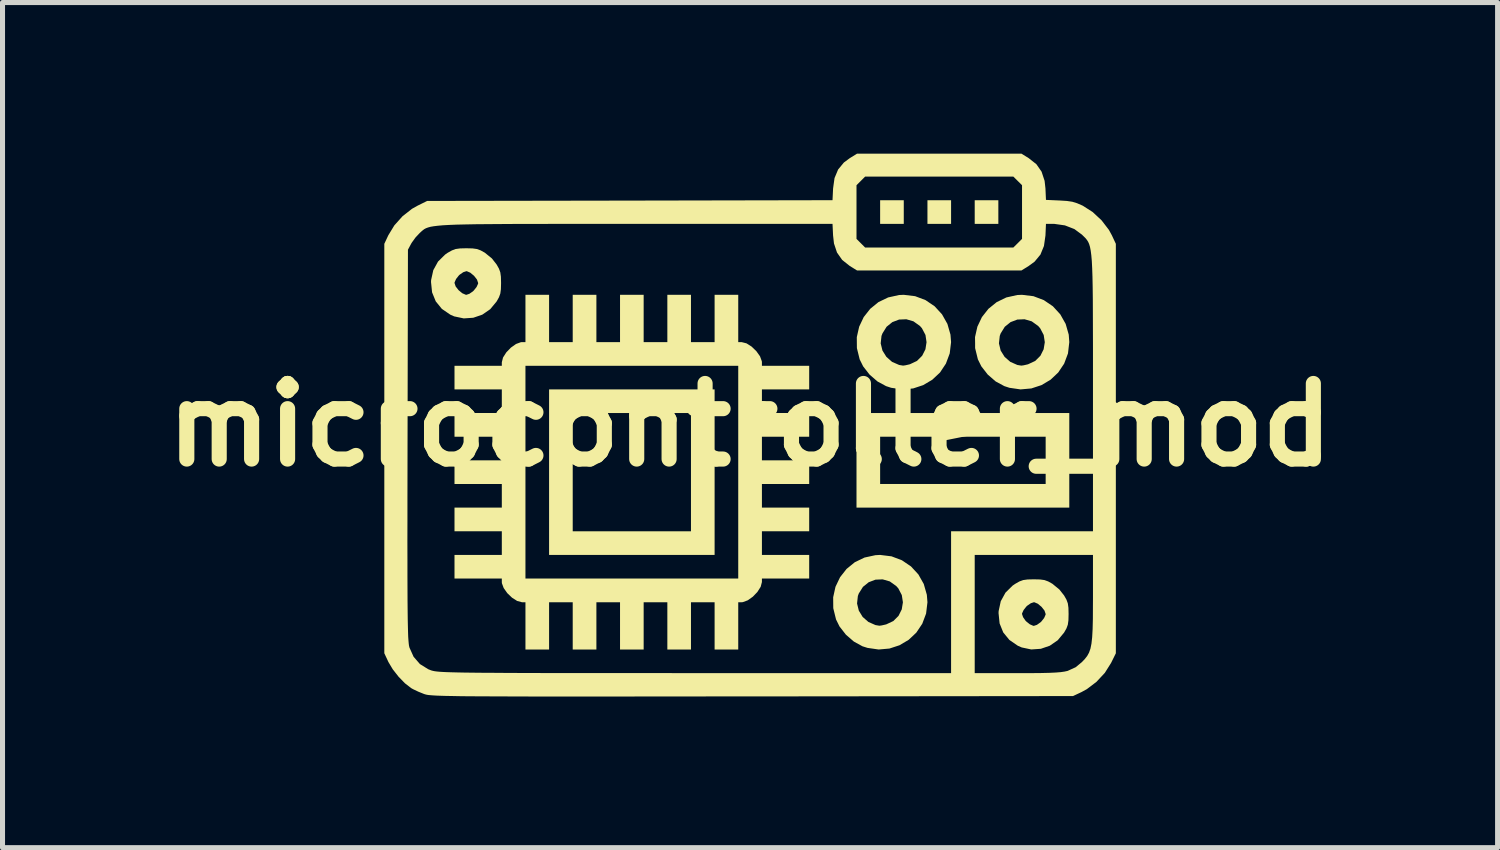
<source format=kicad_pcb>
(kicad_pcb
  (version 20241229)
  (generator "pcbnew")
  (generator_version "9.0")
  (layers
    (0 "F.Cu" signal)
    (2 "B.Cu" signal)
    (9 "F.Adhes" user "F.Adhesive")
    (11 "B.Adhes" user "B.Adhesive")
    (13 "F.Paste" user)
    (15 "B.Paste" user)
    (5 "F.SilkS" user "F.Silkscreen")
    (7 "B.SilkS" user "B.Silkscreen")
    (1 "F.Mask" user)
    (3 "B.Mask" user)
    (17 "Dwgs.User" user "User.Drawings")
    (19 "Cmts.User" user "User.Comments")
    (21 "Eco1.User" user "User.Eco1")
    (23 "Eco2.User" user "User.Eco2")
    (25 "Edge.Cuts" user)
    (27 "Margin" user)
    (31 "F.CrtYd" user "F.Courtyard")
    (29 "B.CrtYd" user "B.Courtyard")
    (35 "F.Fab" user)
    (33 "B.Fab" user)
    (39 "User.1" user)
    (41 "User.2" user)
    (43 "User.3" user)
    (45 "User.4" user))
  (footprint "microcontroller_mod"
    (layer "F.Cu")
    (at 11.836 5.382)
    (property "Reference" "microcontroller_mod" (at 0 0 0) (layer "F.SilkS") (effects (font (size 1.5 1.5) (thickness 0.3))))
    (attr board_only exclude_from_pos_files exclude_from_bom)
    (fp_poly (pts (xy 3.05 -4.224) (xy 3.05 -3.989) (xy 2.816 -3.989) (xy 2.581 -3.989) (xy 2.581 -4.224) (xy 2.581 -4.458) (xy 2.816 -4.458) (xy 3.05 -4.458)) (stroke (width 0) (type solid)) (fill yes) (layer "F.SilkS"))
    (fp_poly (pts (xy 3.989 -4.224) (xy 3.989 -3.989) (xy 3.754 -3.989) (xy 3.52 -3.989) (xy 3.52 -4.224) (xy 3.52 -4.458) (xy 3.754 -4.458) (xy 3.989 -4.458)) (stroke (width 0) (type solid)) (fill yes) (layer "F.SilkS"))
    (fp_poly (pts (xy 4.927 -4.224) (xy 4.927 -3.989) (xy 4.693 -3.989) (xy 4.458 -3.989) (xy 4.458 -4.224) (xy 4.458 -4.458) (xy 4.693 -4.458) (xy 4.927 -4.458)) (stroke (width 0) (type solid)) (fill yes) (layer "F.SilkS"))
    (fp_poly (pts (xy -0.704 0.939) (xy -0.704 2.581) (xy -2.346 2.581) (xy -3.989 2.581) (xy -3.989 0.939) (xy -3.52 0.939) (xy -3.52 2.112) (xy -2.346 2.112) (xy -1.173 2.112) (xy -1.173 0.939) (xy -1.173 -0.235) (xy -2.346 -0.235) (xy -3.52 -0.235) (xy -3.52 0.939) (xy -3.989 0.939) (xy -3.989 -0.704) (xy -2.346 -0.704) (xy -0.704 -0.704)) (stroke (width 0) (type solid)) (fill yes) (layer "F.SilkS"))
    (fp_poly (pts (xy 6.335 0.704) (xy 6.335 1.642) (xy 4.224 1.642) (xy 2.112 1.642) (xy 2.112 0.704) (xy 2.581 0.704) (xy 2.581 1.173) (xy 4.224 1.173) (xy 5.866 1.173) (xy 5.866 0.704) (xy 5.866 0.235) (xy 4.224 0.235) (xy 2.581 0.235) (xy 2.581 0.704) (xy 2.112 0.704) (xy 2.112 -0.235) (xy 4.224 -0.235) (xy 6.335 -0.235)) (stroke (width 0) (type solid)) (fill yes) (layer "F.SilkS"))
    (fp_poly (pts (xy 2.807 2.609) (xy 3.013 2.687) (xy 3.193 2.809) (xy 3.34 2.968) (xy 3.447 3.158) (xy 3.508 3.372) (xy 3.52 3.52) (xy 3.493 3.745) (xy 3.417 3.947) (xy 3.299 4.123) (xy 3.147 4.266) (xy 2.967 4.373) (xy 2.766 4.439) (xy 2.552 4.458) (xy 2.331 4.426) (xy 2.23 4.394) (xy 2.059 4.3) (xy 1.902 4.164) (xy 1.775 4.001) (xy 1.706 3.862) (xy 1.651 3.639) (xy 1.65 3.545) (xy 2.123 3.545) (xy 2.158 3.687) (xy 2.235 3.813) (xy 2.348 3.911) (xy 2.488 3.973) (xy 2.566 3.986) (xy 2.612 3.98) (xy 2.687 3.963) (xy 2.705 3.958) (xy 2.843 3.893) (xy 2.946 3.79) (xy 3.01 3.662) (xy 3.033 3.521) (xy 3.011 3.378) (xy 2.942 3.245) (xy 2.901 3.199) (xy 2.773 3.107) (xy 2.631 3.066) (xy 2.488 3.072) (xy 2.354 3.123) (xy 2.24 3.215) (xy 2.157 3.347) (xy 2.139 3.397) (xy 2.123 3.545) (xy 1.65 3.545) (xy 1.649 3.421) (xy 1.695 3.213) (xy 1.786 3.023) (xy 1.915 2.859) (xy 2.078 2.726) (xy 2.271 2.633) (xy 2.488 2.586) (xy 2.581 2.581)) (stroke (width 0) (type solid)) (fill yes) (layer "F.SilkS"))
    (fp_poly (pts (xy 3.276 -2.554) (xy 3.482 -2.476) (xy 3.662 -2.354) (xy 3.809 -2.194) (xy 3.916 -2.004) (xy 3.977 -1.791) (xy 3.989 -1.642) (xy 3.962 -1.418) (xy 3.886 -1.215) (xy 3.769 -1.039) (xy 3.616 -0.896) (xy 3.436 -0.789) (xy 3.236 -0.723) (xy 3.021 -0.704) (xy 2.8 -0.736) (xy 2.699 -0.769) (xy 2.528 -0.862) (xy 2.371 -0.998) (xy 2.244 -1.161) (xy 2.175 -1.3) (xy 2.12 -1.523) (xy 2.119 -1.617) (xy 2.592 -1.617) (xy 2.627 -1.475) (xy 2.705 -1.35) (xy 2.817 -1.251) (xy 2.958 -1.189) (xy 3.036 -1.176) (xy 3.081 -1.182) (xy 3.156 -1.199) (xy 3.174 -1.204) (xy 3.312 -1.269) (xy 3.415 -1.372) (xy 3.48 -1.5) (xy 3.502 -1.641) (xy 3.481 -1.784) (xy 3.411 -1.917) (xy 3.371 -1.963) (xy 3.242 -2.055) (xy 3.101 -2.096) (xy 2.957 -2.09) (xy 2.823 -2.039) (xy 2.709 -1.947) (xy 2.627 -1.815) (xy 2.608 -1.765) (xy 2.592 -1.617) (xy 2.119 -1.617) (xy 2.118 -1.742) (xy 2.165 -1.949) (xy 2.255 -2.139) (xy 2.384 -2.303) (xy 2.547 -2.436) (xy 2.74 -2.529) (xy 2.957 -2.577) (xy 3.05 -2.581)) (stroke (width 0) (type solid)) (fill yes) (layer "F.SilkS"))
    (fp_poly (pts (xy 5.623 -2.554) (xy 5.829 -2.476) (xy 6.009 -2.354) (xy 6.156 -2.194) (xy 6.263 -2.004) (xy 6.324 -1.791) (xy 6.335 -1.642) (xy 6.309 -1.418) (xy 6.233 -1.215) (xy 6.115 -1.039) (xy 5.963 -0.896) (xy 5.783 -0.789) (xy 5.582 -0.723) (xy 5.368 -0.704) (xy 5.147 -0.736) (xy 5.046 -0.769) (xy 4.874 -0.862) (xy 4.717 -0.998) (xy 4.59 -1.161) (xy 4.521 -1.3) (xy 4.466 -1.523) (xy 4.466 -1.617) (xy 4.939 -1.617) (xy 4.973 -1.475) (xy 5.051 -1.35) (xy 5.164 -1.251) (xy 5.304 -1.189) (xy 5.382 -1.176) (xy 5.428 -1.182) (xy 5.503 -1.199) (xy 5.52 -1.204) (xy 5.659 -1.269) (xy 5.762 -1.372) (xy 5.826 -1.5) (xy 5.849 -1.641) (xy 5.827 -1.784) (xy 5.757 -1.917) (xy 5.717 -1.963) (xy 5.589 -2.055) (xy 5.447 -2.096) (xy 5.304 -2.09) (xy 5.169 -2.039) (xy 5.055 -1.947) (xy 4.973 -1.815) (xy 4.955 -1.765) (xy 4.939 -1.617) (xy 4.466 -1.617) (xy 4.464 -1.742) (xy 4.511 -1.949) (xy 4.601 -2.139) (xy 4.73 -2.303) (xy 4.894 -2.436) (xy 5.086 -2.529) (xy 5.303 -2.577) (xy 5.397 -2.581)) (stroke (width 0) (type solid)) (fill yes) (layer "F.SilkS"))
    (fp_poly (pts (xy -5.508 -3.502) (xy -5.421 -3.49) (xy -5.347 -3.463) (xy -5.264 -3.417) (xy -5.263 -3.416) (xy -5.124 -3.303) (xy -5.031 -3.184) (xy -4.984 -3.101) (xy -4.957 -3.027) (xy -4.945 -2.94) (xy -4.942 -2.816) (xy -4.942 -2.816) (xy -4.945 -2.692) (xy -4.957 -2.605) (xy -4.984 -2.531) (xy -5.031 -2.448) (xy -5.031 -2.448) (xy -5.157 -2.296) (xy -5.315 -2.187) (xy -5.493 -2.126) (xy -5.682 -2.113) (xy -5.872 -2.153) (xy -5.949 -2.187) (xy -6.117 -2.302) (xy -6.238 -2.451) (xy -6.311 -2.63) (xy -6.33 -2.816) (xy -5.866 -2.816) (xy -5.843 -2.747) (xy -5.785 -2.673) (xy -5.711 -2.612) (xy -5.641 -2.582) (xy -5.631 -2.581) (xy -5.571 -2.601) (xy -5.5 -2.65) (xy -5.483 -2.667) (xy -5.428 -2.736) (xy -5.398 -2.802) (xy -5.397 -2.816) (xy -5.42 -2.884) (xy -5.478 -2.958) (xy -5.552 -3.02) (xy -5.622 -3.05) (xy -5.631 -3.05) (xy -5.692 -3.03) (xy -5.763 -2.981) (xy -5.78 -2.965) (xy -5.835 -2.895) (xy -5.864 -2.829) (xy -5.866 -2.816) (xy -6.33 -2.816) (xy -6.332 -2.834) (xy -6.33 -2.875) (xy -6.287 -3.07) (xy -6.193 -3.241) (xy -6.052 -3.38) (xy -6 -3.416) (xy -5.916 -3.463) (xy -5.843 -3.49) (xy -5.755 -3.502) (xy -5.632 -3.505) (xy -5.631 -3.505)) (stroke (width 0) (type solid)) (fill yes) (layer "F.SilkS"))
    (fp_poly (pts (xy 5.755 3.068) (xy 5.842 3.08) (xy 5.916 3.107) (xy 5.999 3.153) (xy 6 3.154) (xy 6.138 3.267) (xy 6.232 3.386) (xy 6.279 3.469) (xy 6.306 3.543) (xy 6.318 3.63) (xy 6.321 3.753) (xy 6.321 3.754) (xy 6.318 3.878) (xy 6.306 3.965) (xy 6.279 4.039) (xy 6.232 4.122) (xy 6.232 4.122) (xy 6.106 4.274) (xy 5.948 4.383) (xy 5.77 4.444) (xy 5.58 4.457) (xy 5.391 4.417) (xy 5.313 4.383) (xy 5.146 4.268) (xy 5.024 4.119) (xy 4.952 3.94) (xy 4.933 3.754) (xy 5.397 3.754) (xy 5.417 3.815) (xy 5.466 3.886) (xy 5.483 3.903) (xy 5.552 3.958) (xy 5.618 3.987) (xy 5.631 3.989) (xy 5.692 3.969) (xy 5.763 3.919) (xy 5.78 3.903) (xy 5.835 3.834) (xy 5.864 3.768) (xy 5.866 3.754) (xy 5.843 3.686) (xy 5.785 3.612) (xy 5.711 3.55) (xy 5.641 3.52) (xy 5.631 3.52) (xy 5.571 3.54) (xy 5.5 3.589) (xy 5.483 3.605) (xy 5.428 3.675) (xy 5.398 3.741) (xy 5.397 3.754) (xy 4.933 3.754) (xy 4.931 3.736) (xy 4.933 3.695) (xy 4.975 3.5) (xy 5.069 3.329) (xy 5.21 3.19) (xy 5.263 3.154) (xy 5.346 3.107) (xy 5.42 3.08) (xy 5.507 3.068) (xy 5.631 3.065) (xy 5.631 3.065)) (stroke (width 0) (type solid)) (fill yes) (layer "F.SilkS"))
    (fp_poly (pts (xy -3.989 -2.112) (xy -3.989 -1.642) (xy -3.754 -1.642) (xy -3.52 -1.642) (xy -3.52 -2.112) (xy -3.52 -2.581) (xy -3.285 -2.581) (xy -3.05 -2.581) (xy -3.05 -2.112) (xy -3.05 -1.642) (xy -2.816 -1.642) (xy -2.581 -1.642) (xy -2.581 -2.112) (xy -2.581 -2.581) (xy -2.346 -2.581) (xy -2.112 -2.581) (xy -2.112 -2.112) (xy -2.112 -1.642) (xy -1.877 -1.642) (xy -1.642 -1.642) (xy -1.642 -2.112) (xy -1.642 -2.581) (xy -1.408 -2.581) (xy -1.173 -2.581) (xy -1.173 -2.112) (xy -1.173 -1.642) (xy -0.939 -1.642) (xy -0.704 -1.642) (xy -0.704 -2.112) (xy -0.704 -2.581) (xy -0.469 -2.581) (xy -0.235 -2.581) (xy -0.235 -2.112) (xy -0.235 -1.642) (xy -0.166 -1.642) (xy -0.071 -1.618) (xy 0.031 -1.553) (xy 0.125 -1.462) (xy 0.197 -1.361) (xy 0.233 -1.263) (xy 0.235 -1.242) (xy 0.235 -1.173) (xy 0.704 -1.173) (xy 1.173 -1.173) (xy 1.173 -0.939) (xy 1.173 -0.704) (xy 0.704 -0.704) (xy 0.235 -0.704) (xy 0.235 -0.469) (xy 0.235 -0.235) (xy 0.704 -0.235) (xy 1.173 -0.235) (xy 1.173 0) (xy 1.173 0.235) (xy 0.704 0.235) (xy 0.235 0.235) (xy 0.235 0.469) (xy 0.235 0.704) (xy 0.704 0.704) (xy 1.173 0.704) (xy 1.173 0.939) (xy 1.173 1.173) (xy 0.704 1.173) (xy 0.235 1.173) (xy 0.235 1.408) (xy 0.235 1.642) (xy 0.704 1.642) (xy 1.173 1.642) (xy 1.173 1.877) (xy 1.173 2.112) (xy 0.704 2.112) (xy 0.235 2.112) (xy 0.235 2.346) (xy 0.235 2.581) (xy 0.704 2.581) (xy 1.173 2.581) (xy 1.173 2.816) (xy 1.173 3.05) (xy 0.704 3.05) (xy 0.235 3.05) (xy 0.235 3.119) (xy 0.21 3.214) (xy 0.145 3.316) (xy 0.055 3.41) (xy -0.047 3.482) (xy -0.144 3.518) (xy -0.166 3.52) (xy -0.235 3.52) (xy -0.235 3.989) (xy -0.235 4.458) (xy -0.469 4.458) (xy -0.704 4.458) (xy -0.704 3.989) (xy -0.704 3.52) (xy -0.939 3.52) (xy -1.173 3.52) (xy -1.173 3.989) (xy -1.173 4.458) (xy -1.408 4.458) (xy -1.642 4.458) (xy -1.642 3.989) (xy -1.642 3.52) (xy -1.877 3.52) (xy -2.112 3.52) (xy -2.112 3.989) (xy -2.112 4.458) (xy -2.346 4.458) (xy -2.581 4.458) (xy -2.581 3.989) (xy -2.581 3.52) (xy -2.816 3.52) (xy -3.05 3.52) (xy -3.05 3.989) (xy -3.05 4.458) (xy -3.285 4.458) (xy -3.52 4.458) (xy -3.52 3.989) (xy -3.52 3.52) (xy -3.754 3.52) (xy -3.989 3.52) (xy -3.989 3.989) (xy -3.989 4.458) (xy -4.224 4.458) (xy -4.458 4.458) (xy -4.458 3.989) (xy -4.458 3.52) (xy -4.527 3.52) (xy -4.622 3.495) (xy -4.724 3.43) (xy -4.818 3.34) (xy -4.89 3.238) (xy -4.926 3.141) (xy -4.927 3.119) (xy -4.927 3.05) (xy -5.397 3.05) (xy -5.866 3.05) (xy -5.866 2.816) (xy -5.866 2.581) (xy -5.397 2.581) (xy -4.927 2.581) (xy -4.927 2.346) (xy -4.927 2.112) (xy -5.397 2.112) (xy -5.866 2.112) (xy -5.866 1.877) (xy -5.866 1.642) (xy -5.397 1.642) (xy -4.927 1.642) (xy -4.927 1.408) (xy -4.927 1.173) (xy -5.397 1.173) (xy -5.866 1.173) (xy -5.866 0.939) (xy -4.458 0.939) (xy -4.458 3.05) (xy -2.346 3.05) (xy -0.235 3.05) (xy -0.235 0.939) (xy -0.235 -1.173) (xy -2.346 -1.173) (xy -4.458 -1.173) (xy -4.458 0.939) (xy -5.866 0.939) (xy -5.866 0.704) (xy -5.397 0.704) (xy -4.927 0.704) (xy -4.927 0.469) (xy -4.927 0.235) (xy -5.397 0.235) (xy -5.866 0.235) (xy -5.866 0) (xy -5.866 -0.235) (xy -5.397 -0.235) (xy -4.927 -0.235) (xy -4.927 -0.469) (xy -4.927 -0.704) (xy -5.397 -0.704) (xy -5.866 -0.704) (xy -5.866 -0.939) (xy -5.866 -1.173) (xy -5.397 -1.173) (xy -4.927 -1.173) (xy -4.927 -1.242) (xy -4.903 -1.337) (xy -4.838 -1.439) (xy -4.747 -1.533) (xy -4.646 -1.605) (xy -4.548 -1.641) (xy -4.527 -1.642) (xy -4.458 -1.642) (xy -4.458 -2.112) (xy -4.458 -2.581) (xy -4.224 -2.581) (xy -3.989 -2.581)) (stroke (width 0) (type solid)) (fill yes) (layer "F.SilkS"))
    (fp_poly (pts (xy 5.53 -5.293) (xy 5.682 -5.173) (xy 5.785 -5.025) (xy 5.845 -4.843) (xy 5.862 -4.691) (xy 5.872 -4.465) (xy 6.143 -4.453) (xy 6.287 -4.444) (xy 6.395 -4.428) (xy 6.489 -4.399) (xy 6.593 -4.354) (xy 6.605 -4.348) (xy 6.799 -4.224) (xy 6.976 -4.059) (xy 7.121 -3.87) (xy 7.18 -3.762) (xy 7.259 -3.593) (xy 7.259 0.47) (xy 7.259 4.533) (xy 7.164 4.725) (xy 7.04 4.922) (xy 6.874 5.1) (xy 6.683 5.245) (xy 6.577 5.303) (xy 6.409 5.382) (xy 0.044 5.389) (xy -0.676 5.389) (xy -1.34 5.39) (xy -1.949 5.39) (xy -2.507 5.391) (xy -3.016 5.391) (xy -3.478 5.391) (xy -3.896 5.391) (xy -4.271 5.391) (xy -4.606 5.39) (xy -4.904 5.389) (xy -5.167 5.388) (xy -5.397 5.387) (xy -5.597 5.386) (xy -5.769 5.384) (xy -5.915 5.381) (xy -6.037 5.379) (xy -6.139 5.376) (xy -6.222 5.373) (xy -6.289 5.369) (xy -6.341 5.365) (xy -6.383 5.361) (xy -6.415 5.356) (xy -6.44 5.35) (xy -6.461 5.344) (xy -6.475 5.339) (xy -6.584 5.295) (xy -6.687 5.246) (xy -6.728 5.223) (xy -6.85 5.128) (xy -6.977 4.997) (xy -7.092 4.85) (xy -7.178 4.706) (xy -7.181 4.699) (xy -7.259 4.532) (xy -7.259 2.315) (xy -6.801 2.315) (xy -6.8 2.671) (xy -6.8 2.984) (xy -6.799 3.256) (xy -6.798 3.49) (xy -6.796 3.69) (xy -6.794 3.859) (xy -6.791 3.999) (xy -6.788 4.113) (xy -6.785 4.205) (xy -6.78 4.277) (xy -6.775 4.333) (xy -6.77 4.376) (xy -6.763 4.408) (xy -6.759 4.422) (xy -6.678 4.602) (xy -6.552 4.747) (xy -6.388 4.849) (xy -6.335 4.87) (xy -6.313 4.877) (xy -6.288 4.883) (xy -6.258 4.889) (xy -6.22 4.894) (xy -6.17 4.899) (xy -6.107 4.903) (xy -6.028 4.907) (xy -5.93 4.91) (xy -5.81 4.913) (xy -5.667 4.916) (xy -5.496 4.918) (xy -5.296 4.92) (xy -5.064 4.921) (xy -4.797 4.923) (xy -4.492 4.924) (xy -4.148 4.925) (xy -3.761 4.925) (xy -3.328 4.926) (xy -2.847 4.926) (xy -2.316 4.926) (xy -1.731 4.926) (xy -1.093 4.927) (xy 3.989 4.927) (xy 3.989 3.754) (xy 4.458 3.754) (xy 4.458 4.927) (xy 5.303 4.927) (xy 5.565 4.927) (xy 5.774 4.925) (xy 5.94 4.921) (xy 6.068 4.915) (xy 6.166 4.907) (xy 6.241 4.896) (xy 6.3 4.883) (xy 6.303 4.882) (xy 6.461 4.81) (xy 6.585 4.708) (xy 6.643 4.647) (xy 6.69 4.587) (xy 6.727 4.52) (xy 6.755 4.44) (xy 6.775 4.341) (xy 6.789 4.214) (xy 6.798 4.054) (xy 6.803 3.853) (xy 6.804 3.604) (xy 6.805 3.426) (xy 6.805 2.581) (xy 5.631 2.581) (xy 4.458 2.581) (xy 4.458 3.754) (xy 3.989 3.754) (xy 3.989 3.52) (xy 3.989 2.112) (xy 5.397 2.112) (xy 6.805 2.112) (xy 6.805 -0.611) (xy 6.805 -1.091) (xy 6.805 -1.516) (xy 6.804 -1.889) (xy 6.803 -2.215) (xy 6.802 -2.497) (xy 6.799 -2.737) (xy 6.795 -2.941) (xy 6.789 -3.112) (xy 6.782 -3.252) (xy 6.772 -3.366) (xy 6.76 -3.458) (xy 6.746 -3.531) (xy 6.729 -3.588) (xy 6.709 -3.633) (xy 6.685 -3.67) (xy 6.659 -3.703) (xy 6.628 -3.734) (xy 6.593 -3.768) (xy 6.589 -3.773) (xy 6.436 -3.886) (xy 6.248 -3.959) (xy 6.037 -3.989) (xy 6.01 -3.989) (xy 5.872 -3.989) (xy 5.862 -3.759) (xy 5.832 -3.55) (xy 5.762 -3.379) (xy 5.647 -3.24) (xy 5.53 -3.154) (xy 5.387 -3.065) (xy 3.754 -3.065) (xy 2.122 -3.065) (xy 1.978 -3.154) (xy 1.828 -3.273) (xy 1.725 -3.42) (xy 1.665 -3.6) (xy 1.647 -3.759) (xy 1.636 -3.989) (xy -2.256 -3.989) (xy -2.828 -3.989) (xy -3.343 -3.989) (xy -3.806 -3.989) (xy -4.22 -3.988) (xy -4.586 -3.988) (xy -4.909 -3.986) (xy -5.191 -3.984) (xy -5.436 -3.982) (xy -5.646 -3.978) (xy -5.824 -3.974) (xy -5.973 -3.968) (xy -6.097 -3.961) (xy -6.197 -3.952) (xy -6.279 -3.942) (xy -6.343 -3.931) (xy -6.393 -3.917) (xy -6.433 -3.902) (xy -6.465 -3.885) (xy -6.492 -3.865) (xy -6.518 -3.843) (xy -6.544 -3.819) (xy -6.557 -3.807) (xy -6.639 -3.72) (xy -6.712 -3.619) (xy -6.726 -3.596) (xy -6.79 -3.476) (xy -6.798 0.394) (xy -6.799 0.955) (xy -6.8 1.46) (xy -6.8 1.912) (xy -6.801 2.315) (xy -7.259 2.315) (xy -7.259 0.469) (xy -7.259 -3.593) (xy -7.18 -3.762) (xy -7.06 -3.959) (xy -6.897 -4.141) (xy -6.708 -4.289) (xy -6.601 -4.349) (xy -6.409 -4.444) (xy -2.386 -4.451) (xy 1.636 -4.459) (xy 1.647 -4.688) (xy 1.656 -4.756) (xy 2.112 -4.756) (xy 2.112 -4.224) (xy 2.112 -3.691) (xy 2.198 -3.605) (xy 2.283 -3.52) (xy 3.754 -3.52) (xy 5.225 -3.52) (xy 5.311 -3.605) (xy 5.397 -3.691) (xy 5.397 -4.224) (xy 5.397 -4.756) (xy 5.311 -4.842) (xy 5.225 -4.927) (xy 3.754 -4.927) (xy 2.283 -4.927) (xy 2.198 -4.842) (xy 2.112 -4.756) (xy 1.656 -4.756) (xy 1.676 -4.898) (xy 1.747 -5.068) (xy 1.862 -5.207) (xy 1.978 -5.293) (xy 2.122 -5.382) (xy 3.754 -5.382) (xy 5.387 -5.382)) (stroke (width 0) (type solid)) (fill yes) (layer "F.SilkS")))
  (gr_rect
    (start -3 -3)
    (end 26.671 13.773)
    (stroke (width 0.1) (type default))
    (fill no)
    (layer "Edge.Cuts")))
</source>
